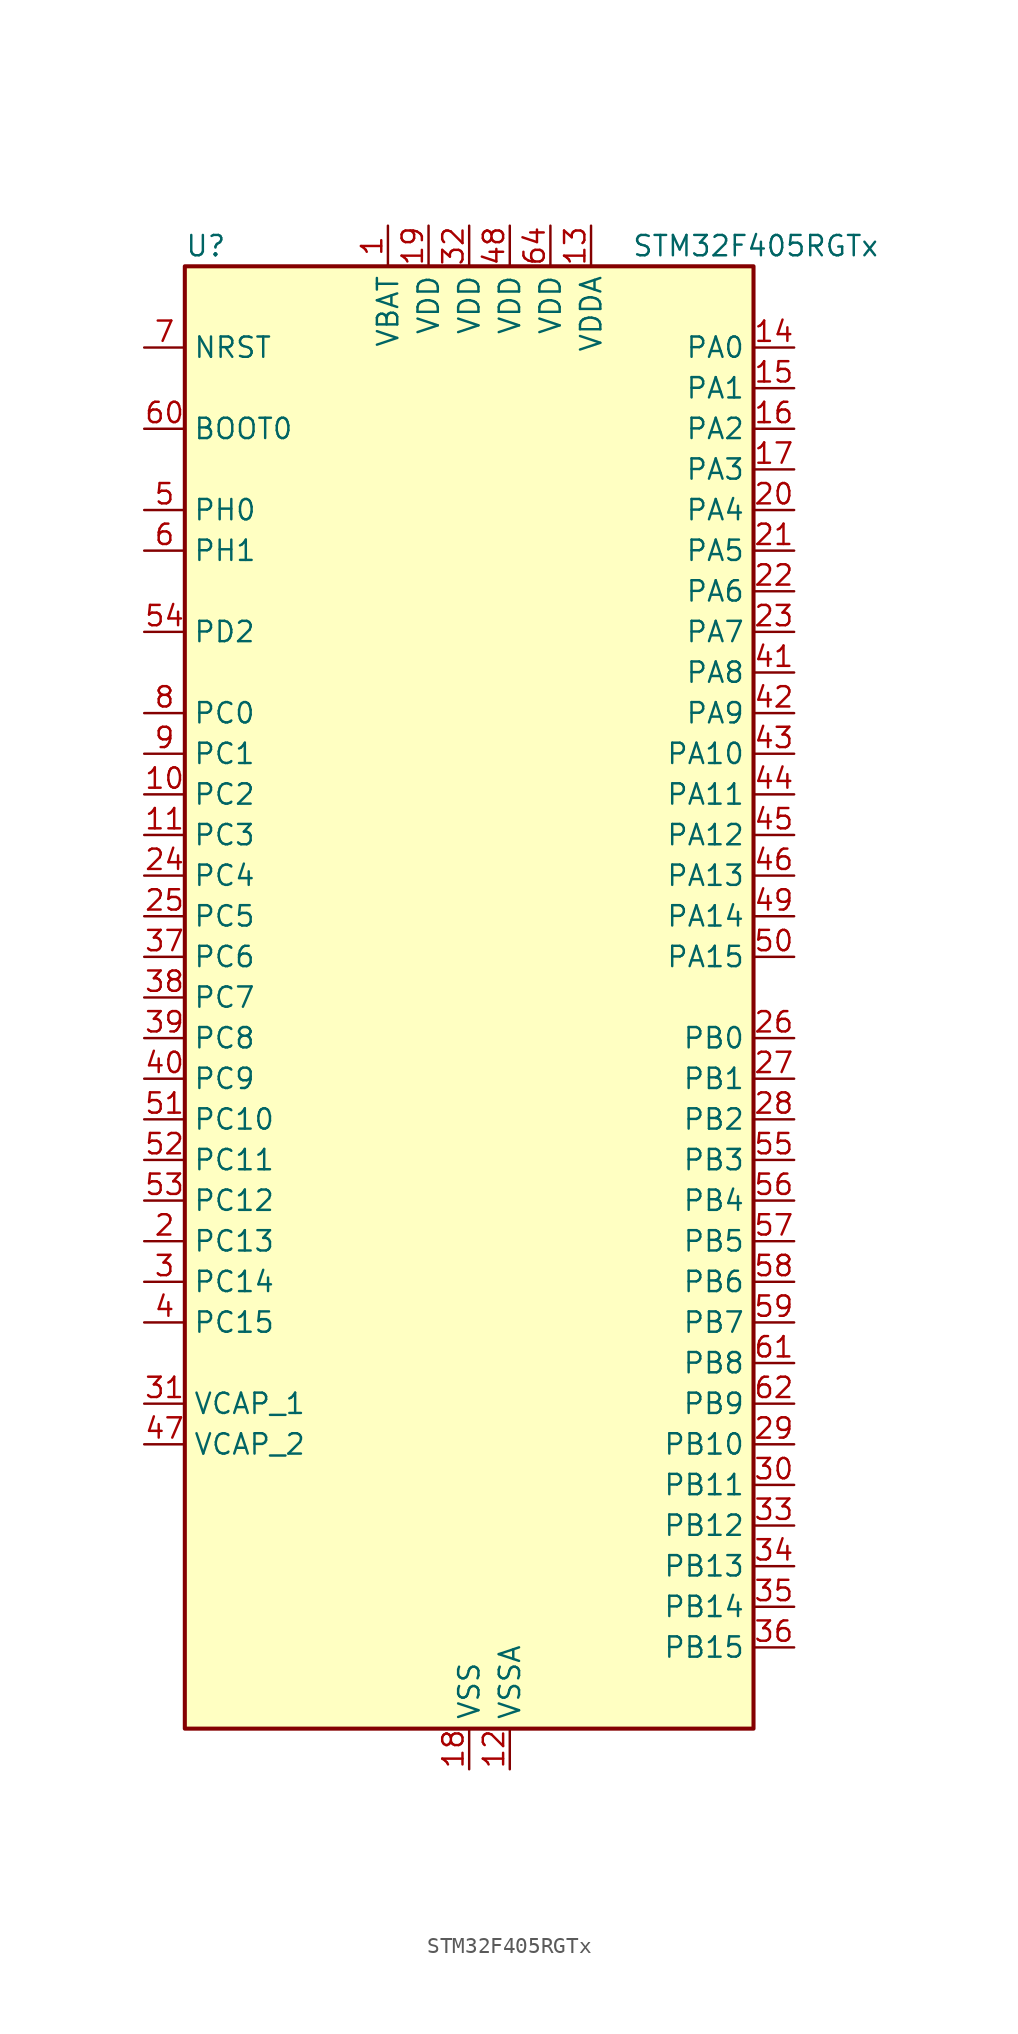
<source format=kicad_sym>
(kicad_symbol_lib
  (version 20241209)
  (generator "kicad_symbol_editor")
  (generator_version "9.0")
  (symbol "STM32F405RGTx"
    (property "Reference" "U"
      (at -17.78 46.99 0)
      (effects (font (size 1.27 1.27)) (justify left)))
    (property "Value" "STM32F405RGTx"
      (at 10.16 46.99 0)
      (effects (font (size 1.27 1.27)) (justify left)))
    (symbol "STM32F405RGTx_0_1"
      (rectangle (start -17.78 -45.72) (end 17.78 45.72) (stroke (width 0.254) (type default)) (fill (type background))))
    (symbol "STM32F405RGTx_1_1"
      (pin input line (at -20.32 40.64 0) (length 2.54) (name "NRST" (effects (font (size 1.27 1.27)))) (number "7" (effects (font (size 1.27 1.27)))))
      (pin input line (at -20.32 35.56 0) (length 2.54) (name "BOOT0" (effects (font (size 1.27 1.27)))) (number "60" (effects (font (size 1.27 1.27)))))
      (pin bidirectional line (at -20.32 30.48 0) (length 2.54) (name "PH0" (effects (font (size 1.27 1.27)))) (number "5" (effects (font (size 1.27 1.27)))) (alternate "RCC_OSC_IN" bidirectional line))
      (pin bidirectional line (at -20.32 27.94 0) (length 2.54) (name "PH1" (effects (font (size 1.27 1.27)))) (number "6" (effects (font (size 1.27 1.27)))) (alternate "RCC_OSC_OUT" bidirectional line))
      (pin bidirectional line (at -20.32 22.86 0) (length 2.54) (name "PD2" (effects (font (size 1.27 1.27)))) (number "54" (effects (font (size 1.27 1.27)))) (alternate "SDIO_CMD" bidirectional line) (alternate "TIM3_ETR" bidirectional line) (alternate "UART5_RX" bidirectional line))
      (pin bidirectional line (at -20.32 17.78 0) (length 2.54) (name "PC0" (effects (font (size 1.27 1.27)))) (number "8" (effects (font (size 1.27 1.27)))) (alternate "ADC1_IN10" bidirectional line) (alternate "ADC2_IN10" bidirectional line) (alternate "ADC3_IN10" bidirectional line) (alternate "USB_OTG_HS_ULPI_STP" bidirectional line))
      (pin bidirectional line (at -20.32 15.24 0) (length 2.54) (name "PC1" (effects (font (size 1.27 1.27)))) (number "9" (effects (font (size 1.27 1.27)))) (alternate "ADC1_IN11" bidirectional line) (alternate "ADC2_IN11" bidirectional line) (alternate "ADC3_IN11" bidirectional line))
      (pin bidirectional line (at -20.32 12.7 0) (length 2.54) (name "PC2" (effects (font (size 1.27 1.27)))) (number "10" (effects (font (size 1.27 1.27)))) (alternate "ADC1_IN12" bidirectional line) (alternate "ADC2_IN12" bidirectional line) (alternate "ADC3_IN12" bidirectional line) (alternate "I2S2_ext_SD" bidirectional line) (alternate "SPI2_MISO" bidirectional line) (alternate "USB_OTG_HS_ULPI_DIR" bidirectional line))
      (pin bidirectional line (at -20.32 10.16 0) (length 2.54) (name "PC3" (effects (font (size 1.27 1.27)))) (number "11" (effects (font (size 1.27 1.27)))) (alternate "ADC1_IN13" bidirectional line) (alternate "ADC2_IN13" bidirectional line) (alternate "ADC3_IN13" bidirectional line) (alternate "I2S2_SD" bidirectional line) (alternate "SPI2_MOSI" bidirectional line) (alternate "USB_OTG_HS_ULPI_NXT" bidirectional line))
      (pin bidirectional line (at -20.32 7.62 0) (length 2.54) (name "PC4" (effects (font (size 1.27 1.27)))) (number "24" (effects (font (size 1.27 1.27)))) (alternate "ADC1_IN14" bidirectional line) (alternate "ADC2_IN14" bidirectional line))
      (pin bidirectional line (at -20.32 5.08 0) (length 2.54) (name "PC5" (effects (font (size 1.27 1.27)))) (number "25" (effects (font (size 1.27 1.27)))) (alternate "ADC1_IN15" bidirectional line) (alternate "ADC2_IN15" bidirectional line))
      (pin bidirectional line (at -20.32 2.54 0) (length 2.54) (name "PC6" (effects (font (size 1.27 1.27)))) (number "37" (effects (font (size 1.27 1.27)))) (alternate "I2S2_MCK" bidirectional line) (alternate "SDIO_D6" bidirectional line) (alternate "TIM3_CH1" bidirectional line) (alternate "TIM8_CH1" bidirectional line) (alternate "USART6_TX" bidirectional line))
      (pin bidirectional line (at -20.32 0 0) (length 2.54) (name "PC7" (effects (font (size 1.27 1.27)))) (number "38" (effects (font (size 1.27 1.27)))) (alternate "I2S3_MCK" bidirectional line) (alternate "SDIO_D7" bidirectional line) (alternate "TIM3_CH2" bidirectional line) (alternate "TIM8_CH2" bidirectional line) (alternate "USART6_RX" bidirectional line))
      (pin bidirectional line (at -20.32 -2.54 0) (length 2.54) (name "PC8" (effects (font (size 1.27 1.27)))) (number "39" (effects (font (size 1.27 1.27)))) (alternate "SDIO_D0" bidirectional line) (alternate "TIM3_CH3" bidirectional line) (alternate "TIM8_CH3" bidirectional line) (alternate "USART6_CK" bidirectional line))
      (pin bidirectional line (at -20.32 -5.08 0) (length 2.54) (name "PC9" (effects (font (size 1.27 1.27)))) (number "40" (effects (font (size 1.27 1.27)))) (alternate "DAC_EXTI9" bidirectional line) (alternate "I2C3_SDA" bidirectional line) (alternate "I2S_CKIN" bidirectional line) (alternate "RCC_MCO_2" bidirectional line) (alternate "SDIO_D1" bidirectional line) (alternate "TIM3_CH4" bidirectional line) (alternate "TIM8_CH4" bidirectional line))
      (pin bidirectional line (at -20.32 -7.62 0) (length 2.54) (name "PC10" (effects (font (size 1.27 1.27)))) (number "51" (effects (font (size 1.27 1.27)))) (alternate "I2S3_CK" bidirectional line) (alternate "SDIO_D2" bidirectional line) (alternate "SPI3_SCK" bidirectional line) (alternate "UART4_TX" bidirectional line) (alternate "USART3_TX" bidirectional line))
      (pin bidirectional line (at -20.32 -10.16 0) (length 2.54) (name "PC11" (effects (font (size 1.27 1.27)))) (number "52" (effects (font (size 1.27 1.27)))) (alternate "ADC1_EXTI11" bidirectional line) (alternate "ADC2_EXTI11" bidirectional line) (alternate "ADC3_EXTI11" bidirectional line) (alternate "I2S3_ext_SD" bidirectional line) (alternate "SDIO_D3" bidirectional line) (alternate "SPI3_MISO" bidirectional line) (alternate "UART4_RX" bidirectional line) (alternate "USART3_RX" bidirectional line))
      (pin bidirectional line (at -20.32 -12.7 0) (length 2.54) (name "PC12" (effects (font (size 1.27 1.27)))) (number "53" (effects (font (size 1.27 1.27)))) (alternate "I2S3_SD" bidirectional line) (alternate "SDIO_CK" bidirectional line) (alternate "SPI3_MOSI" bidirectional line) (alternate "UART5_TX" bidirectional line) (alternate "USART3_CK" bidirectional line))
      (pin bidirectional line (at -20.32 -15.24 0) (length 2.54) (name "PC13" (effects (font (size 1.27 1.27)))) (number "2" (effects (font (size 1.27 1.27)))) (alternate "RTC_AF1" bidirectional line))
      (pin bidirectional line (at -20.32 -17.78 0) (length 2.54) (name "PC14" (effects (font (size 1.27 1.27)))) (number "3" (effects (font (size 1.27 1.27)))) (alternate "RCC_OSC32_IN" bidirectional line))
      (pin bidirectional line (at -20.32 -20.32 0) (length 2.54) (name "PC15" (effects (font (size 1.27 1.27)))) (number "4" (effects (font (size 1.27 1.27)))) (alternate "ADC1_EXTI15" bidirectional line) (alternate "ADC2_EXTI15" bidirectional line) (alternate "ADC3_EXTI15" bidirectional line) (alternate "RCC_OSC32_OUT" bidirectional line))
      (pin power_out line (at -20.32 -25.4 0) (length 2.54) (name "VCAP_1" (effects (font (size 1.27 1.27)))) (number "31" (effects (font (size 1.27 1.27)))))
      (pin power_out line (at -20.32 -27.94 0) (length 2.54) (name "VCAP_2" (effects (font (size 1.27 1.27)))) (number "47" (effects (font (size 1.27 1.27)))))
      (pin power_in line (at -5.08 48.26 270) (length 2.54) (name "VBAT" (effects (font (size 1.27 1.27)))) (number "1" (effects (font (size 1.27 1.27)))))
      (pin power_in line (at -2.54 48.26 270) (length 2.54) (name "VDD" (effects (font (size 1.27 1.27)))) (number "19" (effects (font (size 1.27 1.27)))))
      (pin power_in line (at 0 48.26 270) (length 2.54) (name "VDD" (effects (font (size 1.27 1.27)))) (number "32" (effects (font (size 1.27 1.27)))))
      (pin power_in line (at 0 -48.26 90) (length 2.54) (name "VSS" (effects (font (size 1.27 1.27)))) (number "18" (effects (font (size 1.27 1.27)))))
      (pin passive line (at 0 -48.26 90) (length 2.54) (hide yes) (name "VSS" (effects (font (size 1.27 1.27)))) (number "63" (effects (font (size 1.27 1.27)))))
      (pin power_in line (at 2.54 48.26 270) (length 2.54) (name "VDD" (effects (font (size 1.27 1.27)))) (number "48" (effects (font (size 1.27 1.27)))))
      (pin power_in line (at 2.54 -48.26 90) (length 2.54) (name "VSSA" (effects (font (size 1.27 1.27)))) (number "12" (effects (font (size 1.27 1.27)))))
      (pin power_in line (at 5.08 48.26 270) (length 2.54) (name "VDD" (effects (font (size 1.27 1.27)))) (number "64" (effects (font (size 1.27 1.27)))))
      (pin power_in line (at 7.62 48.26 270) (length 2.54) (name "VDDA" (effects (font (size 1.27 1.27)))) (number "13" (effects (font (size 1.27 1.27)))))
      (pin bidirectional line (at 20.32 40.64 180) (length 2.54) (name "PA0" (effects (font (size 1.27 1.27)))) (number "14" (effects (font (size 1.27 1.27)))) (alternate "ADC1_IN0" bidirectional line) (alternate "ADC2_IN0" bidirectional line) (alternate "ADC3_IN0" bidirectional line) (alternate "SYS_WKUP" bidirectional line) (alternate "TIM2_CH1" bidirectional line) (alternate "TIM2_ETR" bidirectional line) (alternate "TIM5_CH1" bidirectional line) (alternate "TIM8_ETR" bidirectional line) (alternate "UART4_TX" bidirectional line) (alternate "USART2_CTS" bidirectional line))
      (pin bidirectional line (at 20.32 38.1 180) (length 2.54) (name "PA1" (effects (font (size 1.27 1.27)))) (number "15" (effects (font (size 1.27 1.27)))) (alternate "ADC1_IN1" bidirectional line) (alternate "ADC2_IN1" bidirectional line) (alternate "ADC3_IN1" bidirectional line) (alternate "TIM2_CH2" bidirectional line) (alternate "TIM5_CH2" bidirectional line) (alternate "UART4_RX" bidirectional line) (alternate "USART2_RTS" bidirectional line))
      (pin bidirectional line (at 20.32 35.56 180) (length 2.54) (name "PA2" (effects (font (size 1.27 1.27)))) (number "16" (effects (font (size 1.27 1.27)))) (alternate "ADC1_IN2" bidirectional line) (alternate "ADC2_IN2" bidirectional line) (alternate "ADC3_IN2" bidirectional line) (alternate "TIM2_CH3" bidirectional line) (alternate "TIM5_CH3" bidirectional line) (alternate "TIM9_CH1" bidirectional line) (alternate "USART2_TX" bidirectional line))
      (pin bidirectional line (at 20.32 33.02 180) (length 2.54) (name "PA3" (effects (font (size 1.27 1.27)))) (number "17" (effects (font (size 1.27 1.27)))) (alternate "ADC1_IN3" bidirectional line) (alternate "ADC2_IN3" bidirectional line) (alternate "ADC3_IN3" bidirectional line) (alternate "TIM2_CH4" bidirectional line) (alternate "TIM5_CH4" bidirectional line) (alternate "TIM9_CH2" bidirectional line) (alternate "USART2_RX" bidirectional line) (alternate "USB_OTG_HS_ULPI_D0" bidirectional line))
      (pin bidirectional line (at 20.32 30.48 180) (length 2.54) (name "PA4" (effects (font (size 1.27 1.27)))) (number "20" (effects (font (size 1.27 1.27)))) (alternate "ADC1_IN4" bidirectional line) (alternate "ADC2_IN4" bidirectional line) (alternate "DAC_OUT1" bidirectional line) (alternate "I2S3_WS" bidirectional line) (alternate "SPI1_NSS" bidirectional line) (alternate "SPI3_NSS" bidirectional line) (alternate "USART2_CK" bidirectional line) (alternate "USB_OTG_HS_SOF" bidirectional line))
      (pin bidirectional line (at 20.32 27.94 180) (length 2.54) (name "PA5" (effects (font (size 1.27 1.27)))) (number "21" (effects (font (size 1.27 1.27)))) (alternate "ADC1_IN5" bidirectional line) (alternate "ADC2_IN5" bidirectional line) (alternate "DAC_OUT2" bidirectional line) (alternate "SPI1_SCK" bidirectional line) (alternate "TIM2_CH1" bidirectional line) (alternate "TIM2_ETR" bidirectional line) (alternate "TIM8_CH1N" bidirectional line) (alternate "USB_OTG_HS_ULPI_CK" bidirectional line))
      (pin bidirectional line (at 20.32 25.4 180) (length 2.54) (name "PA6" (effects (font (size 1.27 1.27)))) (number "22" (effects (font (size 1.27 1.27)))) (alternate "ADC1_IN6" bidirectional line) (alternate "ADC2_IN6" bidirectional line) (alternate "SPI1_MISO" bidirectional line) (alternate "TIM13_CH1" bidirectional line) (alternate "TIM1_BKIN" bidirectional line) (alternate "TIM3_CH1" bidirectional line) (alternate "TIM8_BKIN" bidirectional line))
      (pin bidirectional line (at 20.32 22.86 180) (length 2.54) (name "PA7" (effects (font (size 1.27 1.27)))) (number "23" (effects (font (size 1.27 1.27)))) (alternate "ADC1_IN7" bidirectional line) (alternate "ADC2_IN7" bidirectional line) (alternate "SPI1_MOSI" bidirectional line) (alternate "TIM14_CH1" bidirectional line) (alternate "TIM1_CH1N" bidirectional line) (alternate "TIM3_CH2" bidirectional line) (alternate "TIM8_CH1N" bidirectional line))
      (pin bidirectional line (at 20.32 20.32 180) (length 2.54) (name "PA8" (effects (font (size 1.27 1.27)))) (number "41" (effects (font (size 1.27 1.27)))) (alternate "I2C3_SCL" bidirectional line) (alternate "RCC_MCO_1" bidirectional line) (alternate "TIM1_CH1" bidirectional line) (alternate "USART1_CK" bidirectional line) (alternate "USB_OTG_FS_SOF" bidirectional line))
      (pin bidirectional line (at 20.32 17.78 180) (length 2.54) (name "PA9" (effects (font (size 1.27 1.27)))) (number "42" (effects (font (size 1.27 1.27)))) (alternate "DAC_EXTI9" bidirectional line) (alternate "I2C3_SMBA" bidirectional line) (alternate "TIM1_CH2" bidirectional line) (alternate "USART1_TX" bidirectional line) (alternate "USB_OTG_FS_VBUS" bidirectional line))
      (pin bidirectional line (at 20.32 15.24 180) (length 2.54) (name "PA10" (effects (font (size 1.27 1.27)))) (number "43" (effects (font (size 1.27 1.27)))) (alternate "TIM1_CH3" bidirectional line) (alternate "USART1_RX" bidirectional line) (alternate "USB_OTG_FS_ID" bidirectional line))
      (pin bidirectional line (at 20.32 12.7 180) (length 2.54) (name "PA11" (effects (font (size 1.27 1.27)))) (number "44" (effects (font (size 1.27 1.27)))) (alternate "ADC1_EXTI11" bidirectional line) (alternate "ADC2_EXTI11" bidirectional line) (alternate "ADC3_EXTI11" bidirectional line) (alternate "CAN1_RX" bidirectional line) (alternate "TIM1_CH4" bidirectional line) (alternate "USART1_CTS" bidirectional line) (alternate "USB_OTG_FS_DM" bidirectional line))
      (pin bidirectional line (at 20.32 10.16 180) (length 2.54) (name "PA12" (effects (font (size 1.27 1.27)))) (number "45" (effects (font (size 1.27 1.27)))) (alternate "CAN1_TX" bidirectional line) (alternate "TIM1_ETR" bidirectional line) (alternate "USART1_RTS" bidirectional line) (alternate "USB_OTG_FS_DP" bidirectional line))
      (pin bidirectional line (at 20.32 7.62 180) (length 2.54) (name "PA13" (effects (font (size 1.27 1.27)))) (number "46" (effects (font (size 1.27 1.27)))) (alternate "SYS_JTMS-SWDIO" bidirectional line))
      (pin bidirectional line (at 20.32 5.08 180) (length 2.54) (name "PA14" (effects (font (size 1.27 1.27)))) (number "49" (effects (font (size 1.27 1.27)))) (alternate "SYS_JTCK-SWCLK" bidirectional line))
      (pin bidirectional line (at 20.32 2.54 180) (length 2.54) (name "PA15" (effects (font (size 1.27 1.27)))) (number "50" (effects (font (size 1.27 1.27)))) (alternate "ADC1_EXTI15" bidirectional line) (alternate "ADC2_EXTI15" bidirectional line) (alternate "ADC3_EXTI15" bidirectional line) (alternate "I2S3_WS" bidirectional line) (alternate "SPI1_NSS" bidirectional line) (alternate "SPI3_NSS" bidirectional line) (alternate "SYS_JTDI" bidirectional line) (alternate "TIM2_CH1" bidirectional line) (alternate "TIM2_ETR" bidirectional line))
      (pin bidirectional line (at 20.32 -2.54 180) (length 2.54) (name "PB0" (effects (font (size 1.27 1.27)))) (number "26" (effects (font (size 1.27 1.27)))) (alternate "ADC1_IN8" bidirectional line) (alternate "ADC2_IN8" bidirectional line) (alternate "TIM1_CH2N" bidirectional line) (alternate "TIM3_CH3" bidirectional line) (alternate "TIM8_CH2N" bidirectional line) (alternate "USB_OTG_HS_ULPI_D1" bidirectional line))
      (pin bidirectional line (at 20.32 -5.08 180) (length 2.54) (name "PB1" (effects (font (size 1.27 1.27)))) (number "27" (effects (font (size 1.27 1.27)))) (alternate "ADC1_IN9" bidirectional line) (alternate "ADC2_IN9" bidirectional line) (alternate "TIM1_CH3N" bidirectional line) (alternate "TIM3_CH4" bidirectional line) (alternate "TIM8_CH3N" bidirectional line) (alternate "USB_OTG_HS_ULPI_D2" bidirectional line))
      (pin bidirectional line (at 20.32 -7.62 180) (length 2.54) (name "PB2" (effects (font (size 1.27 1.27)))) (number "28" (effects (font (size 1.27 1.27)))))
      (pin bidirectional line (at 20.32 -10.16 180) (length 2.54) (name "PB3" (effects (font (size 1.27 1.27)))) (number "55" (effects (font (size 1.27 1.27)))) (alternate "I2S3_CK" bidirectional line) (alternate "SPI1_SCK" bidirectional line) (alternate "SPI3_SCK" bidirectional line) (alternate "SYS_JTDO-SWO" bidirectional line) (alternate "TIM2_CH2" bidirectional line))
      (pin bidirectional line (at 20.32 -12.7 180) (length 2.54) (name "PB4" (effects (font (size 1.27 1.27)))) (number "56" (effects (font (size 1.27 1.27)))) (alternate "I2S3_ext_SD" bidirectional line) (alternate "SPI1_MISO" bidirectional line) (alternate "SPI3_MISO" bidirectional line) (alternate "SYS_JTRST" bidirectional line) (alternate "TIM3_CH1" bidirectional line))
      (pin bidirectional line (at 20.32 -15.24 180) (length 2.54) (name "PB5" (effects (font (size 1.27 1.27)))) (number "57" (effects (font (size 1.27 1.27)))) (alternate "CAN2_RX" bidirectional line) (alternate "I2C1_SMBA" bidirectional line) (alternate "I2S3_SD" bidirectional line) (alternate "SPI1_MOSI" bidirectional line) (alternate "SPI3_MOSI" bidirectional line) (alternate "TIM3_CH2" bidirectional line) (alternate "USB_OTG_HS_ULPI_D7" bidirectional line))
      (pin bidirectional line (at 20.32 -17.78 180) (length 2.54) (name "PB6" (effects (font (size 1.27 1.27)))) (number "58" (effects (font (size 1.27 1.27)))) (alternate "CAN2_TX" bidirectional line) (alternate "I2C1_SCL" bidirectional line) (alternate "TIM4_CH1" bidirectional line) (alternate "USART1_TX" bidirectional line))
      (pin bidirectional line (at 20.32 -20.32 180) (length 2.54) (name "PB7" (effects (font (size 1.27 1.27)))) (number "59" (effects (font (size 1.27 1.27)))) (alternate "I2C1_SDA" bidirectional line) (alternate "TIM4_CH2" bidirectional line) (alternate "USART1_RX" bidirectional line))
      (pin bidirectional line (at 20.32 -22.86 180) (length 2.54) (name "PB8" (effects (font (size 1.27 1.27)))) (number "61" (effects (font (size 1.27 1.27)))) (alternate "CAN1_RX" bidirectional line) (alternate "I2C1_SCL" bidirectional line) (alternate "SDIO_D4" bidirectional line) (alternate "TIM10_CH1" bidirectional line) (alternate "TIM4_CH3" bidirectional line))
      (pin bidirectional line (at 20.32 -25.4 180) (length 2.54) (name "PB9" (effects (font (size 1.27 1.27)))) (number "62" (effects (font (size 1.27 1.27)))) (alternate "CAN1_TX" bidirectional line) (alternate "DAC_EXTI9" bidirectional line) (alternate "I2C1_SDA" bidirectional line) (alternate "I2S2_WS" bidirectional line) (alternate "SDIO_D5" bidirectional line) (alternate "SPI2_NSS" bidirectional line) (alternate "TIM11_CH1" bidirectional line) (alternate "TIM4_CH4" bidirectional line))
      (pin bidirectional line (at 20.32 -27.94 180) (length 2.54) (name "PB10" (effects (font (size 1.27 1.27)))) (number "29" (effects (font (size 1.27 1.27)))) (alternate "I2C2_SCL" bidirectional line) (alternate "I2S2_CK" bidirectional line) (alternate "SPI2_SCK" bidirectional line) (alternate "TIM2_CH3" bidirectional line) (alternate "USART3_TX" bidirectional line) (alternate "USB_OTG_HS_ULPI_D3" bidirectional line))
      (pin bidirectional line (at 20.32 -30.48 180) (length 2.54) (name "PB11" (effects (font (size 1.27 1.27)))) (number "30" (effects (font (size 1.27 1.27)))) (alternate "ADC1_EXTI11" bidirectional line) (alternate "ADC2_EXTI11" bidirectional line) (alternate "ADC3_EXTI11" bidirectional line) (alternate "I2C2_SDA" bidirectional line) (alternate "TIM2_CH4" bidirectional line) (alternate "USART3_RX" bidirectional line) (alternate "USB_OTG_HS_ULPI_D4" bidirectional line))
      (pin bidirectional line (at 20.32 -33.02 180) (length 2.54) (name "PB12" (effects (font (size 1.27 1.27)))) (number "33" (effects (font (size 1.27 1.27)))) (alternate "CAN2_RX" bidirectional line) (alternate "I2C2_SMBA" bidirectional line) (alternate "I2S2_WS" bidirectional line) (alternate "SPI2_NSS" bidirectional line) (alternate "TIM1_BKIN" bidirectional line) (alternate "USART3_CK" bidirectional line) (alternate "USB_OTG_HS_ID" bidirectional line) (alternate "USB_OTG_HS_ULPI_D5" bidirectional line))
      (pin bidirectional line (at 20.32 -35.56 180) (length 2.54) (name "PB13" (effects (font (size 1.27 1.27)))) (number "34" (effects (font (size 1.27 1.27)))) (alternate "CAN2_TX" bidirectional line) (alternate "I2S2_CK" bidirectional line) (alternate "SPI2_SCK" bidirectional line) (alternate "TIM1_CH1N" bidirectional line) (alternate "USART3_CTS" bidirectional line) (alternate "USB_OTG_HS_ULPI_D6" bidirectional line) (alternate "USB_OTG_HS_VBUS" bidirectional line))
      (pin bidirectional line (at 20.32 -38.1 180) (length 2.54) (name "PB14" (effects (font (size 1.27 1.27)))) (number "35" (effects (font (size 1.27 1.27)))) (alternate "I2S2_ext_SD" bidirectional line) (alternate "SPI2_MISO" bidirectional line) (alternate "TIM12_CH1" bidirectional line) (alternate "TIM1_CH2N" bidirectional line) (alternate "TIM8_CH2N" bidirectional line) (alternate "USART3_RTS" bidirectional line) (alternate "USB_OTG_HS_DM" bidirectional line))
      (pin bidirectional line (at 20.32 -40.64 180) (length 2.54) (name "PB15" (effects (font (size 1.27 1.27)))) (number "36" (effects (font (size 1.27 1.27)))) (alternate "ADC1_EXTI15" bidirectional line) (alternate "ADC2_EXTI15" bidirectional line) (alternate "ADC3_EXTI15" bidirectional line) (alternate "I2S2_SD" bidirectional line) (alternate "RTC_REFIN" bidirectional line) (alternate "SPI2_MOSI" bidirectional line) (alternate "TIM12_CH2" bidirectional line) (alternate "TIM1_CH3N" bidirectional line) (alternate "TIM8_CH3N" bidirectional line) (alternate "USB_OTG_HS_DP" bidirectional line)))))
</source>
